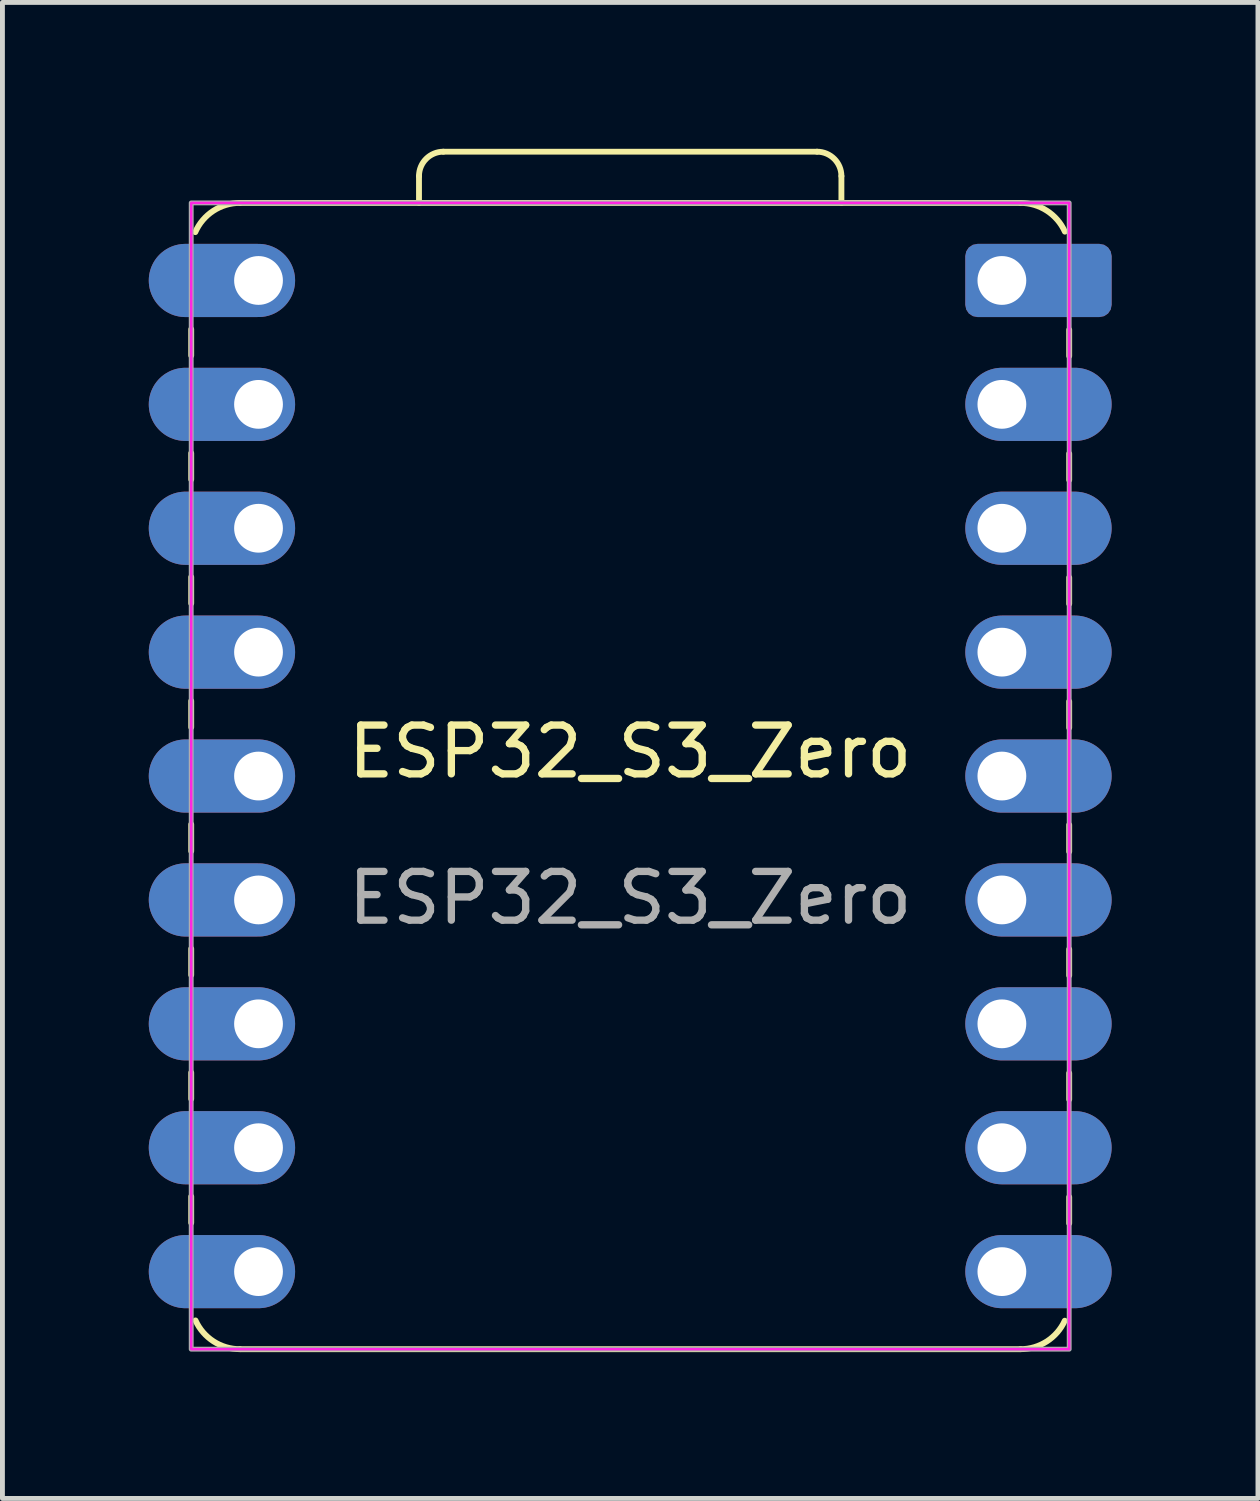
<source format=kicad_pcb>
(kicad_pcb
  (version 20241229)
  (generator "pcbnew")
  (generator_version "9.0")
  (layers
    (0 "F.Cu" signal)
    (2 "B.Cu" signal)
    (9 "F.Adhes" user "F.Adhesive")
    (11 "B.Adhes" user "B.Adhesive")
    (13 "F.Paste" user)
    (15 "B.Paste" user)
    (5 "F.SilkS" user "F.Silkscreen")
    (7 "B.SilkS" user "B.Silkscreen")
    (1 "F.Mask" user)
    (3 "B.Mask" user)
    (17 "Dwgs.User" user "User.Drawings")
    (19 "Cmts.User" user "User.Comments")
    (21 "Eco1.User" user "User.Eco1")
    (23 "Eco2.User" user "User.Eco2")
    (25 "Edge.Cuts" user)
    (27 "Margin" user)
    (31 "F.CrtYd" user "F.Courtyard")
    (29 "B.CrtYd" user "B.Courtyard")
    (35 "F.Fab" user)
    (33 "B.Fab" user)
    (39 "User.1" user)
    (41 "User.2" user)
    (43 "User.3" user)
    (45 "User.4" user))
  (footprint "ESP32_S3_Zero"
    (layer "F.Cu")
    (at 17.49 2.7)
    (property "Reference" "ESP32_S3_Zero" (at -7.62 9.66 0) (unlocked yes) (layer "F.SilkS") (effects (font (size 1 1) (thickness 0.15))))
    (attr through_hole)
    (fp_line (start -16.62 1) (end -16.62 1.54) (stroke (width 0.12) (type solid)) (layer "F.SilkS"))
    (fp_line (start -16.62 3.54) (end -16.62 4.08) (stroke (width 0.12) (type solid)) (layer "F.SilkS"))
    (fp_line (start -16.62 6.62) (end -16.62 6.08) (stroke (width 0.12) (type solid)) (layer "F.SilkS"))
    (fp_line (start -16.62 8.62) (end -16.62 9.16) (stroke (width 0.12) (type solid)) (layer "F.SilkS"))
    (fp_line (start -16.62 11.15) (end -16.62 11.7) (stroke (width 0.12) (type solid)) (layer "F.SilkS"))
    (fp_line (start -16.62 14.24) (end -16.62 13.7) (stroke (width 0.12) (type solid)) (layer "F.SilkS"))
    (fp_line (start -16.62 16.24) (end -16.62 16.78) (stroke (width 0.12) (type solid)) (layer "F.SilkS"))
    (fp_line (start -16.62 18.78) (end -16.62 19.32) (stroke (width 0.12) (type solid)) (layer "F.SilkS"))
    (fp_line (start -15.62 21.91) (end 0.38 21.91) (stroke (width 0.12) (type solid)) (layer "F.SilkS"))
    (fp_line (start -11.95 -1.59) (end -11.95 -2.14) (stroke (width 0.12) (type solid)) (layer "F.SilkS"))
    (fp_line (start -11.45 -2.64) (end -3.79 -2.64) (stroke (width 0.12) (type solid)) (layer "F.SilkS"))
    (fp_line (start -3.29 -2.14) (end -3.29 -1.59) (stroke (width 0.12) (type solid)) (layer "F.SilkS"))
    (fp_line (start 0.38 -1.59) (end -15.62 -1.59) (stroke (width 0.12) (type solid)) (layer "F.SilkS"))
    (fp_line (start 1.38 1.01) (end 1.38 1.55) (stroke (width 0.12) (type solid)) (layer "F.SilkS"))
    (fp_line (start 1.38 3.55) (end 1.38 4.09) (stroke (width 0.12) (type solid)) (layer "F.SilkS"))
    (fp_line (start 1.38 6.63) (end 1.38 6.09) (stroke (width 0.12) (type solid)) (layer "F.SilkS"))
    (fp_line (start 1.38 8.63) (end 1.38 9.17) (stroke (width 0.12) (type solid)) (layer "F.SilkS"))
    (fp_line (start 1.38 11.16) (end 1.38 11.71) (stroke (width 0.12) (type solid)) (layer "F.SilkS"))
    (fp_line (start 1.38 14.25) (end 1.38 13.71) (stroke (width 0.12) (type solid)) (layer "F.SilkS"))
    (fp_line (start 1.38 16.25) (end 1.38 16.79) (stroke (width 0.12) (type solid)) (layer "F.SilkS"))
    (fp_line (start 1.38 18.79) (end 1.38 19.33) (stroke (width 0.12) (type solid)) (layer "F.SilkS"))
    (fp_arc (start -16.536157 -0.990821) (mid -16.167348 -1.426906) (end -15.62 -1.59) (stroke (width 0.12) (type solid)) (layer "F.SilkS"))
    (fp_arc (start -15.62 21.91) (mid -16.162779 21.749875) (end -16.531734 21.320781) (stroke (width 0.12) (type solid)) (layer "F.SilkS"))
    (fp_arc (start -11.95 -2.14) (mid -11.803553 -2.493553) (end -11.45 -2.64) (stroke (width 0.12) (type solid)) (layer "F.SilkS"))
    (fp_arc (start -3.79 -2.64) (mid -3.436447 -2.493553) (end -3.29 -2.14) (stroke (width 0.12) (type solid)) (layer "F.SilkS"))
    (fp_arc (start 0.38 -1.59) (mid 0.922779 -1.429875) (end 1.291734 -1.000781) (stroke (width 0.12) (type solid)) (layer "F.SilkS"))
    (fp_arc (start 1.289187 21.326389) (mid 0.920191 21.751543) (end 0.38 21.91) (stroke (width 0.12) (type solid)) (layer "F.SilkS"))
    (fp_rect (start -16.62 -1.59) (end 1.38 21.91) (stroke (width 0.05) (type default)) (fill no) (layer "F.CrtYd"))
    (fp_rect (start -16.62 -1.59) (end 1.38 21.91) (stroke (width 0.1) (type default)) (fill no) (layer "F.Fab"))
    (fp_text user "${REFERENCE}" (at -7.62 12.66 0) (unlocked yes) (layer "F.Fab") (effects (font (size 1 1) (thickness 0.15))))
    (pad "1" thru_hole roundrect (at 0 0 180) (size 3 1.5) (drill 1 (offset -0.75 0)) (layers "*.Cu" "*.Mask") (roundrect_rratio 0.167))
    (pad "2" thru_hole oval (at 0 2.54 180) (size 3 1.5) (drill 1 (offset -0.75 0)) (layers "*.Cu" "*.Mask"))
    (pad "3" thru_hole oval (at 0 5.08 180) (size 3 1.5) (drill 1 (offset -0.75 0)) (layers "*.Cu" "*.Mask"))
    (pad "4" thru_hole oval (at 0 7.62 180) (size 3 1.5) (drill 1 (offset -0.75 0)) (layers "*.Cu" "*.Mask"))
    (pad "5" thru_hole oval (at 0 10.16 180) (size 3 1.5) (drill 1 (offset -0.75 0)) (layers "*.Cu" "*.Mask"))
    (pad "6" thru_hole oval (at 0 12.7 180) (size 3 1.5) (drill 1 (offset -0.75 0)) (layers "*.Cu" "*.Mask"))
    (pad "7" thru_hole oval (at 0 15.24 180) (size 3 1.5) (drill 1 (offset -0.75 0)) (layers "*.Cu" "*.Mask"))
    (pad "8" thru_hole oval (at 0 17.78 180) (size 3 1.5) (drill 1 (offset -0.75 0)) (layers "*.Cu" "*.Mask"))
    (pad "9" thru_hole oval (at 0 20.32 180) (size 3 1.5) (drill 1 (offset -0.75 0)) (layers "*.Cu" "*.Mask"))
    (pad "10" thru_hole oval (at -15.24 20.32) (size 3 1.5) (drill 1 (offset -0.75 0)) (layers "*.Cu" "*.Mask"))
    (pad "11" thru_hole oval (at -15.24 17.78) (size 3 1.5) (drill 1 (offset -0.75 0)) (layers "*.Cu" "*.Mask"))
    (pad "12" thru_hole oval (at -15.24 15.24) (size 3 1.5) (drill 1 (offset -0.75 0)) (layers "*.Cu" "*.Mask"))
    (pad "13" thru_hole oval (at -15.24 12.7) (size 3 1.5) (drill 1 (offset -0.75 0)) (layers "*.Cu" "*.Mask"))
    (pad "14" thru_hole oval (at -15.24 10.16) (size 3 1.5) (drill 1 (offset -0.75 0)) (layers "*.Cu" "*.Mask"))
    (pad "15" thru_hole oval (at -15.24 7.62) (size 3 1.5) (drill 1 (offset -0.75 0)) (layers "*.Cu" "*.Mask"))
    (pad "16" thru_hole oval (at -15.24 5.08) (size 3 1.5) (drill 1 (offset -0.75 0)) (layers "*.Cu" "*.Mask"))
    (pad "17" thru_hole oval (at -15.24 2.54) (size 3 1.5) (drill 1 (offset -0.75 0)) (layers "*.Cu" "*.Mask"))
    (pad "18" thru_hole oval (at -15.24 0) (size 3 1.5) (drill 1 (offset -0.75 0)) (layers "*.Cu" "*.Mask")))
  (gr_rect
    (start -3 -3)
    (end 22.74 27.67)
    (stroke (width 0.1) (type default))
    (fill no)
    (layer "Edge.Cuts")))
</source>
